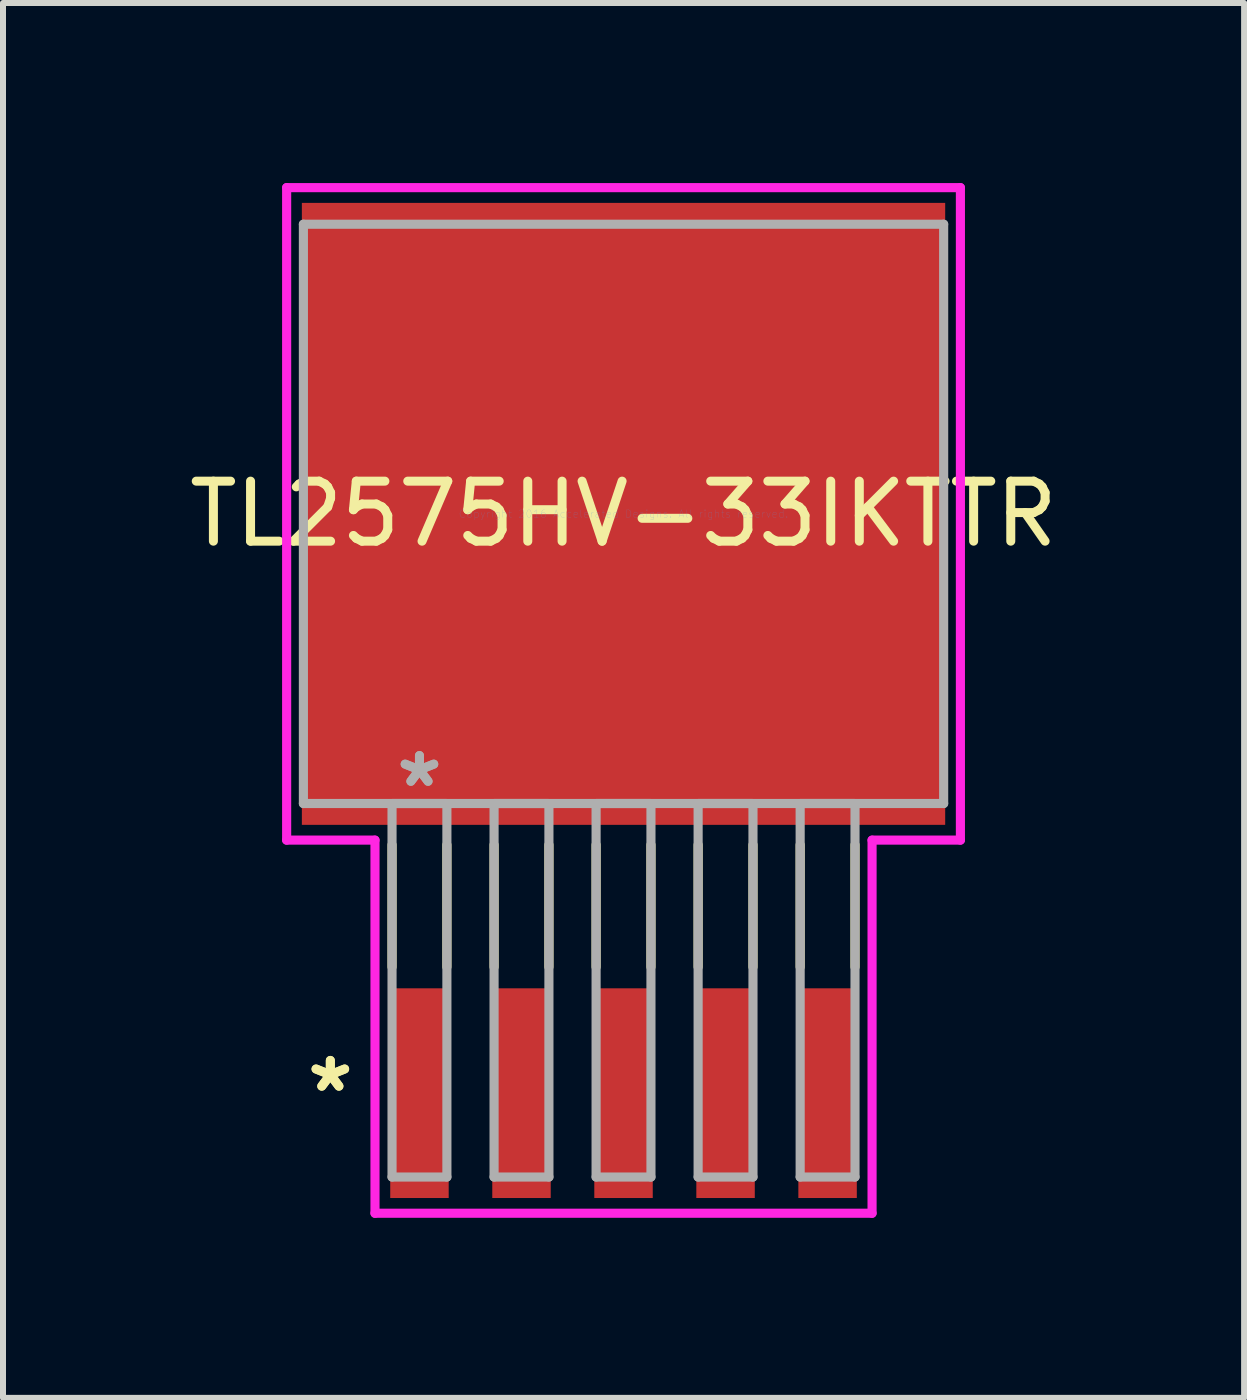
<source format=kicad_pcb>
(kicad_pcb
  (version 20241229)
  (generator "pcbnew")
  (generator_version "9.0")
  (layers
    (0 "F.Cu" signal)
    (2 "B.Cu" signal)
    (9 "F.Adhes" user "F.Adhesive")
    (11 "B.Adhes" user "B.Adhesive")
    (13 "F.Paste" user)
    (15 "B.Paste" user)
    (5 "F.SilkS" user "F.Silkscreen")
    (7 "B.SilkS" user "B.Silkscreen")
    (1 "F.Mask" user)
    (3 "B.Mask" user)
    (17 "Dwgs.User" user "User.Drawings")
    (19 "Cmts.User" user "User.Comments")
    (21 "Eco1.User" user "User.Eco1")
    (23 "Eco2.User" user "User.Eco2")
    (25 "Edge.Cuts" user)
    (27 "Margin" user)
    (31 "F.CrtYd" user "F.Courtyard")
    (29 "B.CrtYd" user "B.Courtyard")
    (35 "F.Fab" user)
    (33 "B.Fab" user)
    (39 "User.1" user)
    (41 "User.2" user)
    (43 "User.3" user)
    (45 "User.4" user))
  (footprint "TL2575HV-33IKTTR"
    (layer "F.Cu")
    (at 7.339 5.512)
    (property "Reference" "TL2575HV-33IKTTR" (at 0 0 0) (layer "F.SilkS") (effects (font (size 1 1) (thickness 0.15))))
    (attr through_hole)
    (fp_line (start -3.857 5.514) (end -3.857 7.549) (stroke (width 0.152) (type solid)) (layer "F.SilkS"))
    (fp_line (start -2.943 5.514) (end -2.943 7.549) (stroke (width 0.152) (type solid)) (layer "F.SilkS"))
    (fp_line (start -2.157 5.514) (end -2.157 7.549) (stroke (width 0.152) (type solid)) (layer "F.SilkS"))
    (fp_line (start -1.243 5.514) (end -1.243 7.549) (stroke (width 0.152) (type solid)) (layer "F.SilkS"))
    (fp_line (start -0.457 5.514) (end -0.457 7.549) (stroke (width 0.152) (type solid)) (layer "F.SilkS"))
    (fp_line (start 0.457 5.514) (end 0.457 7.549) (stroke (width 0.152) (type solid)) (layer "F.SilkS"))
    (fp_line (start 1.243 5.514) (end 1.243 7.549) (stroke (width 0.152) (type solid)) (layer "F.SilkS"))
    (fp_line (start 2.157 5.514) (end 2.157 7.549) (stroke (width 0.152) (type solid)) (layer "F.SilkS"))
    (fp_line (start 2.943 5.514) (end 2.943 7.549) (stroke (width 0.152) (type solid)) (layer "F.SilkS"))
    (fp_line (start 3.857 5.514) (end 3.857 7.549) (stroke (width 0.152) (type solid)) (layer "F.SilkS"))
    (fp_line (start -5.613 -5.436) (end 5.613 -5.436) (stroke (width 0.152) (type solid)) (layer "F.CrtYd"))
    (fp_line (start -5.613 5.436) (end -5.613 -5.436) (stroke (width 0.152) (type solid)) (layer "F.CrtYd"))
    (fp_line (start -4.141 5.436) (end -5.613 5.436) (stroke (width 0.152) (type solid)) (layer "F.CrtYd"))
    (fp_line (start -4.141 11.653) (end -4.141 5.436) (stroke (width 0.152) (type solid)) (layer "F.CrtYd"))
    (fp_line (start 4.141 5.436) (end 4.141 11.653) (stroke (width 0.152) (type solid)) (layer "F.CrtYd"))
    (fp_line (start 4.141 11.653) (end -4.141 11.653) (stroke (width 0.152) (type solid)) (layer "F.CrtYd"))
    (fp_line (start 5.613 -5.436) (end 5.613 5.436) (stroke (width 0.152) (type solid)) (layer "F.CrtYd"))
    (fp_line (start 5.613 5.436) (end 4.141 5.436) (stroke (width 0.152) (type solid)) (layer "F.CrtYd"))
    (fp_line (start -5.334 -4.826) (end -5.334 4.826) (stroke (width 0.152) (type solid)) (layer "F.Fab"))
    (fp_line (start -5.334 4.826) (end 5.334 4.826) (stroke (width 0.152) (type solid)) (layer "F.Fab"))
    (fp_line (start -3.857 4.826) (end -3.857 11.049) (stroke (width 0.152) (type solid)) (layer "F.Fab"))
    (fp_line (start -3.857 11.049) (end -2.943 11.049) (stroke (width 0.152) (type solid)) (layer "F.Fab"))
    (fp_line (start -2.943 4.826) (end -3.857 4.826) (stroke (width 0.152) (type solid)) (layer "F.Fab"))
    (fp_line (start -2.943 11.049) (end -2.943 4.826) (stroke (width 0.152) (type solid)) (layer "F.Fab"))
    (fp_line (start -2.157 4.826) (end -2.157 11.049) (stroke (width 0.152) (type solid)) (layer "F.Fab"))
    (fp_line (start -2.157 11.049) (end -1.243 11.049) (stroke (width 0.152) (type solid)) (layer "F.Fab"))
    (fp_line (start -1.243 4.826) (end -2.157 4.826) (stroke (width 0.152) (type solid)) (layer "F.Fab"))
    (fp_line (start -1.243 11.049) (end -1.243 4.826) (stroke (width 0.152) (type solid)) (layer "F.Fab"))
    (fp_line (start -0.457 4.826) (end -0.457 11.049) (stroke (width 0.152) (type solid)) (layer "F.Fab"))
    (fp_line (start -0.457 11.049) (end 0.457 11.049) (stroke (width 0.152) (type solid)) (layer "F.Fab"))
    (fp_line (start 0.457 4.826) (end -0.457 4.826) (stroke (width 0.152) (type solid)) (layer "F.Fab"))
    (fp_line (start 0.457 11.049) (end 0.457 4.826) (stroke (width 0.152) (type solid)) (layer "F.Fab"))
    (fp_line (start 1.243 4.826) (end 1.243 11.049) (stroke (width 0.152) (type solid)) (layer "F.Fab"))
    (fp_line (start 1.243 11.049) (end 2.157 11.049) (stroke (width 0.152) (type solid)) (layer "F.Fab"))
    (fp_line (start 2.157 4.826) (end 1.243 4.826) (stroke (width 0.152) (type solid)) (layer "F.Fab"))
    (fp_line (start 2.157 11.049) (end 2.157 4.826) (stroke (width 0.152) (type solid)) (layer "F.Fab"))
    (fp_line (start 2.943 4.826) (end 2.943 11.049) (stroke (width 0.152) (type solid)) (layer "F.Fab"))
    (fp_line (start 2.943 11.049) (end 3.857 11.049) (stroke (width 0.152) (type solid)) (layer "F.Fab"))
    (fp_line (start 3.857 4.826) (end 2.943 4.826) (stroke (width 0.152) (type solid)) (layer "F.Fab"))
    (fp_line (start 3.857 11.049) (end 3.857 4.826) (stroke (width 0.152) (type solid)) (layer "F.Fab"))
    (fp_line (start 5.334 -4.826) (end -5.334 -4.826) (stroke (width 0.152) (type solid)) (layer "F.Fab"))
    (fp_line (start 5.334 4.826) (end 5.334 -4.826) (stroke (width 0.152) (type solid)) (layer "F.Fab"))
    (fp_text user "*" (at -4.885 9.652 0) (layer "F.SilkS") (effects (font (size 1 1) (thickness 0.15))))
    (fp_text user "*" (at -4.885 9.652 0) (layer "F.SilkS") (effects (font (size 1 1) (thickness 0.15))))
    (fp_text user "Copyright 2016 Accelerated Designs. All rights reserved." (at 0 0 0) (layer "Cmts.User") (effects (font (size 0.127 0.127) (thickness 0.002))))
    (fp_text user "*" (at -3.4 4.572 0) (layer "F.Fab") (effects (font (size 1 1) (thickness 0.15))))
    (fp_text user "*" (at -3.4 4.572 0) (layer "F.Fab") (effects (font (size 1 1) (thickness 0.15))))
    (pad "1" smd rect (at -3.4 9.652) (size 0.974 3.494) (layers "F.Cu" "F.Mask" "F.Paste"))
    (pad "2" smd rect (at -1.7 9.652) (size 0.974 3.494) (layers "F.Cu" "F.Mask" "F.Paste"))
    (pad "3" smd rect (at 0 9.652) (size 0.974 3.494) (layers "F.Cu" "F.Mask" "F.Paste"))
    (pad "4" smd rect (at 1.7 9.652) (size 0.974 3.494) (layers "F.Cu" "F.Mask" "F.Paste"))
    (pad "5" smd rect (at 3.4 9.652) (size 0.974 3.494) (layers "F.Cu" "F.Mask" "F.Paste"))
    (pad "6" smd rect (at 0 0) (size 10.719 10.363) (layers "F.Cu" "F.Mask" "F.Paste")))
  (gr_rect
    (start -3 -3)
    (end 17.679 20.241)
    (stroke (width 0.1) (type default))
    (fill no)
    (layer "Edge.Cuts")))
</source>
